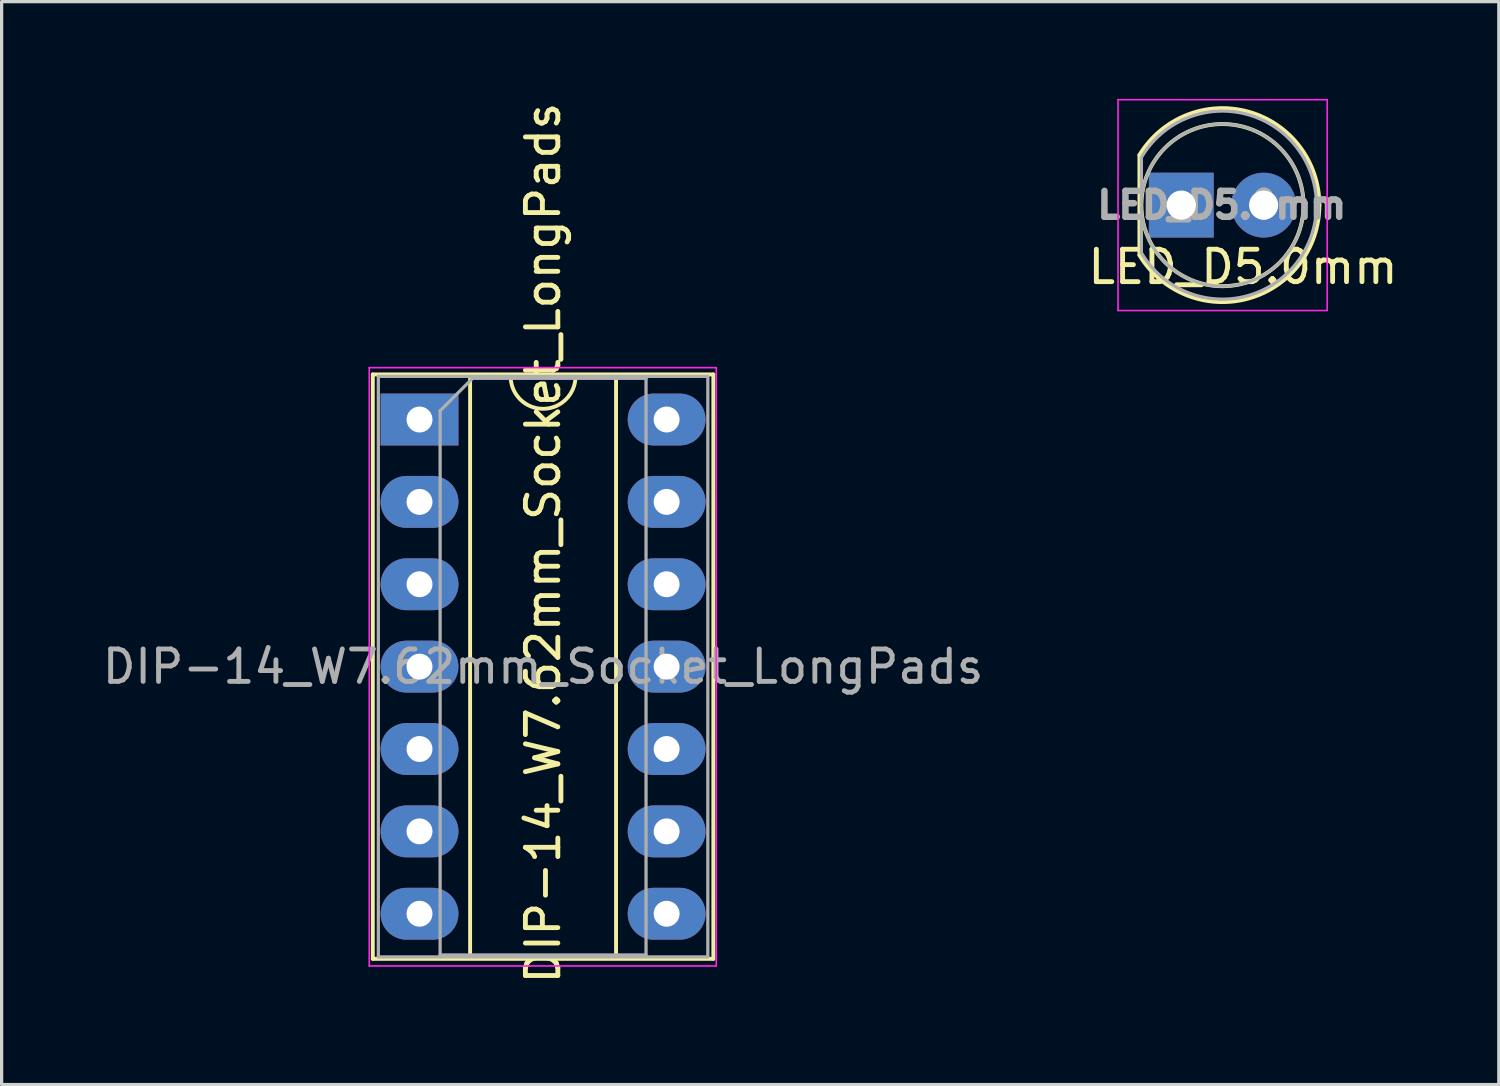
<source format=kicad_pcb>
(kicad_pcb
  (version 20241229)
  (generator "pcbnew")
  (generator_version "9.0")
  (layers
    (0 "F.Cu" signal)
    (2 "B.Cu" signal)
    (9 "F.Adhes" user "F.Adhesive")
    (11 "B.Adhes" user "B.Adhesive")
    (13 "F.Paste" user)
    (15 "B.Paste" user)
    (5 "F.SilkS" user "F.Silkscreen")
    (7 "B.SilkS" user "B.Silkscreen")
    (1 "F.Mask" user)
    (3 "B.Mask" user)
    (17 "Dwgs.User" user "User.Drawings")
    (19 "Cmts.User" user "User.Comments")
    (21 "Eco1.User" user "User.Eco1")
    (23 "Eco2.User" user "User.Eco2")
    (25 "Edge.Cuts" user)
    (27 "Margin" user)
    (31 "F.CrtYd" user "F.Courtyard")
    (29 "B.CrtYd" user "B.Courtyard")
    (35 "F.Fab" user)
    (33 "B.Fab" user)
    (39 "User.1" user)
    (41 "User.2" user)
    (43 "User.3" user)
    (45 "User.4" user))
  (footprint "LED_D5.0mm"
    (layer "F.Cu")
    (at 34.645 3.275)
    (property "Reference" "LED_D5.0mm" (at 0.635 1.905 0) (layer "F.SilkS") (effects (font (size 1 1) (thickness 0.15))))
    (attr through_hole)
    (fp_line (start -2.56 -1.545) (end -2.56 1.545) (stroke (width 0.12) (type solid)) (layer "F.SilkS"))
    (fp_arc (start -2.56 -1.54483) (mid 0.802002 -2.880433) (end 2.99 0.000462) (stroke (width 0.12) (type solid)) (layer "F.SilkS"))
    (fp_arc (start 2.99 -0.000462) (mid 0.802002 2.880433) (end -2.56 1.54483) (stroke (width 0.12) (type solid)) (layer "F.SilkS"))
    (fp_circle (center 0 0) (end 2.5 0) (stroke (width 0.12) (type solid)) (fill no) (layer "F.SilkS"))
    (fp_line (start -3.22 -3.25) (end -3.22 3.25) (stroke (width 0.05) (type solid)) (layer "F.CrtYd"))
    (fp_line (start -3.22 3.25) (end 3.23 3.25) (stroke (width 0.05) (type solid)) (layer "F.CrtYd"))
    (fp_line (start 3.23 -3.25) (end -3.22 -3.25) (stroke (width 0.05) (type solid)) (layer "F.CrtYd"))
    (fp_line (start 3.23 3.25) (end 3.23 -3.25) (stroke (width 0.05) (type solid)) (layer "F.CrtYd"))
    (fp_line (start -2.5 -1.47) (end -2.5 1.47) (stroke (width 0.1) (type solid)) (layer "F.Fab"))
    (fp_arc (start -2.5 -1.469694) (mid 2.9 0.000016) (end -2.500016 1.469666) (stroke (width 0.1) (type solid)) (layer "F.Fab"))
    (fp_circle (center 0 0) (end 2.5 0) (stroke (width 0.1) (type solid)) (fill no) (layer "F.Fab"))
    (fp_text user "${REFERENCE}" (at -0.02 0 0) (layer "F.Fab") (effects (font (size 0.8 0.8) (thickness 0.2))))
    (pad "1" thru_hole rect (at -1.27 0) (size 2 2) (drill 0.9) (layers "*.Cu" "*.Mask"))
    (pad "2" thru_hole circle (at 1.27 0) (size 2 2) (drill 0.9) (layers "*.Cu" "*.Mask")))
  (footprint "DIP-14_W7.62mm_Socket_LongPads"
    (layer "F.Cu")
    (at 9.886 9.886)
    (property "Reference" "DIP-14_W7.62mm_Socket_LongPads" (at 3.81 3.81 90) (layer "F.SilkS") (effects (font (size 1 1) (thickness 0.15))))
    (attr through_hole)
    (fp_line (start -1.44 -1.39) (end -1.44 16.63) (stroke (width 0.12) (type solid)) (layer "F.SilkS"))
    (fp_line (start -1.44 16.63) (end 9.06 16.63) (stroke (width 0.12) (type solid)) (layer "F.SilkS"))
    (fp_line (start 1.56 -1.33) (end 1.56 16.57) (stroke (width 0.12) (type solid)) (layer "F.SilkS"))
    (fp_line (start 1.56 16.57) (end 6.06 16.57) (stroke (width 0.12) (type solid)) (layer "F.SilkS"))
    (fp_line (start 2.81 -1.33) (end 1.56 -1.33) (stroke (width 0.12) (type solid)) (layer "F.SilkS"))
    (fp_line (start 6.06 -1.33) (end 4.81 -1.33) (stroke (width 0.12) (type solid)) (layer "F.SilkS"))
    (fp_line (start 6.06 16.57) (end 6.06 -1.33) (stroke (width 0.12) (type solid)) (layer "F.SilkS"))
    (fp_line (start 9.06 -1.39) (end -1.44 -1.39) (stroke (width 0.12) (type solid)) (layer "F.SilkS"))
    (fp_line (start 9.06 16.63) (end 9.06 -1.39) (stroke (width 0.12) (type solid)) (layer "F.SilkS"))
    (fp_arc (start 4.81 -1.33) (mid 3.81 -0.33) (end 2.81 -1.33) (stroke (width 0.12) (type solid)) (layer "F.SilkS"))
    (fp_line (start -1.55 -1.6) (end -1.55 16.85) (stroke (width 0.05) (type solid)) (layer "F.CrtYd"))
    (fp_line (start -1.55 16.85) (end 9.15 16.85) (stroke (width 0.05) (type solid)) (layer "F.CrtYd"))
    (fp_line (start 9.15 -1.6) (end -1.55 -1.6) (stroke (width 0.05) (type solid)) (layer "F.CrtYd"))
    (fp_line (start 9.15 16.85) (end 9.15 -1.6) (stroke (width 0.05) (type solid)) (layer "F.CrtYd"))
    (fp_line (start -1.27 -1.33) (end -1.27 16.57) (stroke (width 0.1) (type solid)) (layer "F.Fab"))
    (fp_line (start -1.27 16.57) (end 8.89 16.57) (stroke (width 0.1) (type solid)) (layer "F.Fab"))
    (fp_line (start 0.635 -0.27) (end 1.635 -1.27) (stroke (width 0.1) (type solid)) (layer "F.Fab"))
    (fp_line (start 0.635 16.51) (end 0.635 -0.27) (stroke (width 0.1) (type solid)) (layer "F.Fab"))
    (fp_line (start 1.635 -1.27) (end 6.985 -1.27) (stroke (width 0.1) (type solid)) (layer "F.Fab"))
    (fp_line (start 6.985 -1.27) (end 6.985 16.51) (stroke (width 0.1) (type solid)) (layer "F.Fab"))
    (fp_line (start 6.985 16.51) (end 0.635 16.51) (stroke (width 0.1) (type solid)) (layer "F.Fab"))
    (fp_line (start 8.89 -1.33) (end -1.27 -1.33) (stroke (width 0.1) (type solid)) (layer "F.Fab"))
    (fp_line (start 8.89 16.57) (end 8.89 -1.33) (stroke (width 0.1) (type solid)) (layer "F.Fab"))
    (fp_text user "${REFERENCE}" (at 3.81 7.62 0) (layer "F.Fab") (effects (font (size 1 1) (thickness 0.15))))
    (pad "1" thru_hole rect (at 0 0) (size 2.4 1.6) (drill 0.8) (layers "*.Cu" "*.Mask"))
    (pad "2" thru_hole oval (at 0 2.54) (size 2.4 1.6) (drill 0.8) (layers "*.Cu" "*.Mask"))
    (pad "3" thru_hole oval (at 0 5.08) (size 2.4 1.6) (drill 0.8) (layers "*.Cu" "*.Mask"))
    (pad "4" thru_hole oval (at 0 7.62) (size 2.4 1.6) (drill 0.8) (layers "*.Cu" "*.Mask"))
    (pad "5" thru_hole oval (at 0 10.16) (size 2.4 1.6) (drill 0.8) (layers "*.Cu" "*.Mask"))
    (pad "6" thru_hole oval (at 0 12.7) (size 2.4 1.6) (drill 0.8) (layers "*.Cu" "*.Mask"))
    (pad "7" thru_hole oval (at 0 15.24) (size 2.4 1.6) (drill 0.8) (layers "*.Cu" "*.Mask"))
    (pad "8" thru_hole oval (at 7.62 15.24) (size 2.4 1.6) (drill 0.8) (layers "*.Cu" "*.Mask"))
    (pad "9" thru_hole oval (at 7.62 12.7) (size 2.4 1.6) (drill 0.8) (layers "*.Cu" "*.Mask"))
    (pad "10" thru_hole oval (at 7.62 10.16) (size 2.4 1.6) (drill 0.8) (layers "*.Cu" "*.Mask"))
    (pad "11" thru_hole oval (at 7.62 7.62) (size 2.4 1.6) (drill 0.8) (layers "*.Cu" "*.Mask"))
    (pad "12" thru_hole oval (at 7.62 5.08) (size 2.4 1.6) (drill 0.8) (layers "*.Cu" "*.Mask"))
    (pad "13" thru_hole oval (at 7.62 2.54) (size 2.4 1.6) (drill 0.8) (layers "*.Cu" "*.Mask"))
    (pad "14" thru_hole oval (at 7.62 0) (size 2.4 1.6) (drill 0.8) (layers "*.Cu" "*.Mask")))
  (gr_rect
    (start -3 -3)
    (end 43.167 30.393)
    (stroke (width 0.1) (type default))
    (fill no)
    (layer "Edge.Cuts")))
</source>
